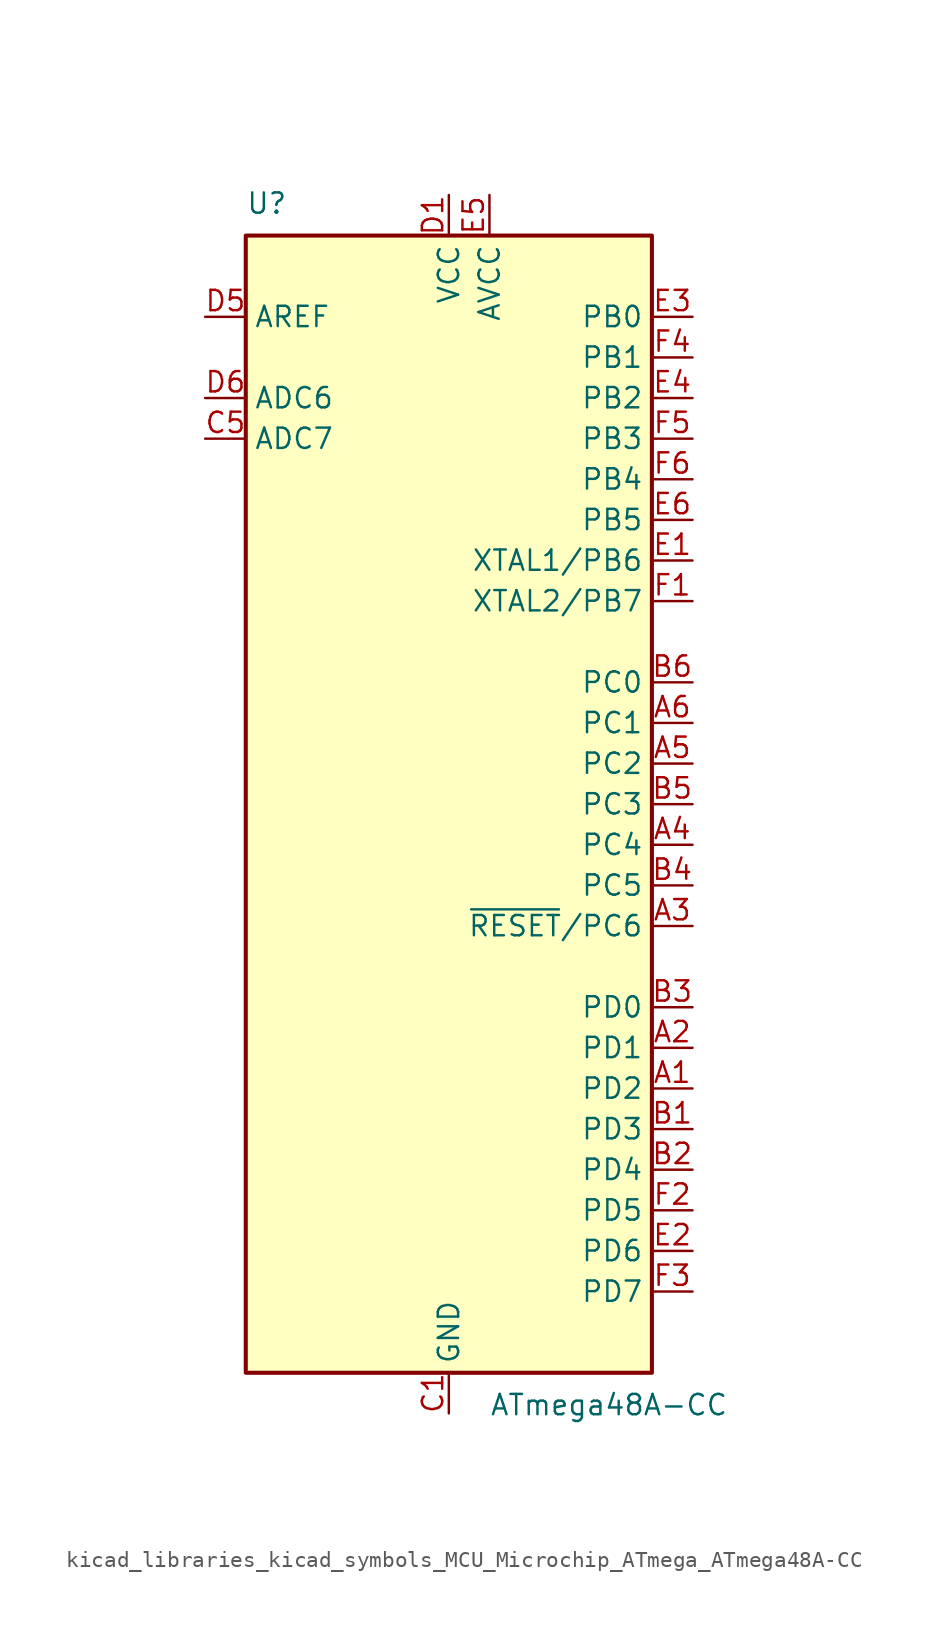
<source format=kicad_sym>
(kicad_symbol_lib
  (version 20220914)
  (generator kicad_symbol_editor)
  (symbol "kicad_libraries_kicad_symbols_MCU_Microchip_ATmega_ATmega48A-CC"
    (property "Reference" "U"
      (at -12.7 36.83 0)
      (effects (font (size 1.27 1.27)) (justify left bottom)))
    (property "Value" "ATmega48A-CC"
      (at 2.54 -36.83 0)
      (effects (font (size 1.27 1.27)) (justify left top)))
    (symbol "kicad_libraries_kicad_symbols_MCU_Microchip_ATmega_ATmega48A-CC_0_1"
      (rectangle (start -12.7 -35.56) (end 12.7 35.56) (stroke (width 0.254) (type default)) (fill (type background))))
    (symbol "kicad_libraries_kicad_symbols_MCU_Microchip_ATmega_ATmega48A-CC_1_1"
      (pin bidirectional line (at 15.24 -17.78 180) (length 2.54) (name "PD2" (effects (font (size 1.27 1.27)))) (number "A1" (effects (font (size 1.27 1.27)))))
      (pin bidirectional line (at 15.24 -15.24 180) (length 2.54) (name "PD1" (effects (font (size 1.27 1.27)))) (number "A2" (effects (font (size 1.27 1.27)))))
      (pin bidirectional line (at 15.24 -7.62 180) (length 2.54) (name "~{RESET}/PC6" (effects (font (size 1.27 1.27)))) (number "A3" (effects (font (size 1.27 1.27)))))
      (pin bidirectional line (at 15.24 -2.54 180) (length 2.54) (name "PC4" (effects (font (size 1.27 1.27)))) (number "A4" (effects (font (size 1.27 1.27)))))
      (pin bidirectional line (at 15.24 2.54 180) (length 2.54) (name "PC2" (effects (font (size 1.27 1.27)))) (number "A5" (effects (font (size 1.27 1.27)))))
      (pin bidirectional line (at 15.24 5.08 180) (length 2.54) (name "PC1" (effects (font (size 1.27 1.27)))) (number "A6" (effects (font (size 1.27 1.27)))))
      (pin bidirectional line (at 15.24 -20.32 180) (length 2.54) (name "PD3" (effects (font (size 1.27 1.27)))) (number "B1" (effects (font (size 1.27 1.27)))))
      (pin bidirectional line (at 15.24 -22.86 180) (length 2.54) (name "PD4" (effects (font (size 1.27 1.27)))) (number "B2" (effects (font (size 1.27 1.27)))))
      (pin bidirectional line (at 15.24 -12.7 180) (length 2.54) (name "PD0" (effects (font (size 1.27 1.27)))) (number "B3" (effects (font (size 1.27 1.27)))))
      (pin bidirectional line (at 15.24 -5.08 180) (length 2.54) (name "PC5" (effects (font (size 1.27 1.27)))) (number "B4" (effects (font (size 1.27 1.27)))))
      (pin bidirectional line (at 15.24 0 180) (length 2.54) (name "PC3" (effects (font (size 1.27 1.27)))) (number "B5" (effects (font (size 1.27 1.27)))))
      (pin bidirectional line (at 15.24 7.62 180) (length 2.54) (name "PC0" (effects (font (size 1.27 1.27)))) (number "B6" (effects (font (size 1.27 1.27)))))
      (pin power_in line (at 0 -38.1 90) (length 2.54) (name "GND" (effects (font (size 1.27 1.27)))) (number "C1" (effects (font (size 1.27 1.27)))))
      (pin passive line (at 0 -38.1 90) (length 2.54) hide (name "GND" (effects (font (size 1.27 1.27)))) (number "C2" (effects (font (size 1.27 1.27)))))
      (pin input line (at -15.24 22.86 0) (length 2.54) (name "ADC7" (effects (font (size 1.27 1.27)))) (number "C5" (effects (font (size 1.27 1.27)))))
      (pin passive line (at 0 -38.1 90) (length 2.54) hide (name "GND" (effects (font (size 1.27 1.27)))) (number "C6" (effects (font (size 1.27 1.27)))))
      (pin power_in line (at 0 38.1 270) (length 2.54) (name "VCC" (effects (font (size 1.27 1.27)))) (number "D1" (effects (font (size 1.27 1.27)))))
      (pin passive line (at 0 38.1 270) (length 2.54) hide (name "VCC" (effects (font (size 1.27 1.27)))) (number "D2" (effects (font (size 1.27 1.27)))))
      (pin passive line (at -15.24 30.48 0) (length 2.54) (name "AREF" (effects (font (size 1.27 1.27)))) (number "D5" (effects (font (size 1.27 1.27)))))
      (pin input line (at -15.24 25.4 0) (length 2.54) (name "ADC6" (effects (font (size 1.27 1.27)))) (number "D6" (effects (font (size 1.27 1.27)))))
      (pin bidirectional line (at 15.24 15.24 180) (length 2.54) (name "XTAL1/PB6" (effects (font (size 1.27 1.27)))) (number "E1" (effects (font (size 1.27 1.27)))))
      (pin bidirectional line (at 15.24 -27.94 180) (length 2.54) (name "PD6" (effects (font (size 1.27 1.27)))) (number "E2" (effects (font (size 1.27 1.27)))))
      (pin bidirectional line (at 15.24 30.48 180) (length 2.54) (name "PB0" (effects (font (size 1.27 1.27)))) (number "E3" (effects (font (size 1.27 1.27)))))
      (pin bidirectional line (at 15.24 25.4 180) (length 2.54) (name "PB2" (effects (font (size 1.27 1.27)))) (number "E4" (effects (font (size 1.27 1.27)))))
      (pin power_in line (at 2.54 38.1 270) (length 2.54) (name "AVCC" (effects (font (size 1.27 1.27)))) (number "E5" (effects (font (size 1.27 1.27)))))
      (pin bidirectional line (at 15.24 17.78 180) (length 2.54) (name "PB5" (effects (font (size 1.27 1.27)))) (number "E6" (effects (font (size 1.27 1.27)))))
      (pin bidirectional line (at 15.24 12.7 180) (length 2.54) (name "XTAL2/PB7" (effects (font (size 1.27 1.27)))) (number "F1" (effects (font (size 1.27 1.27)))))
      (pin bidirectional line (at 15.24 -25.4 180) (length 2.54) (name "PD5" (effects (font (size 1.27 1.27)))) (number "F2" (effects (font (size 1.27 1.27)))))
      (pin bidirectional line (at 15.24 -30.48 180) (length 2.54) (name "PD7" (effects (font (size 1.27 1.27)))) (number "F3" (effects (font (size 1.27 1.27)))))
      (pin bidirectional line (at 15.24 27.94 180) (length 2.54) (name "PB1" (effects (font (size 1.27 1.27)))) (number "F4" (effects (font (size 1.27 1.27)))))
      (pin bidirectional line (at 15.24 22.86 180) (length 2.54) (name "PB3" (effects (font (size 1.27 1.27)))) (number "F5" (effects (font (size 1.27 1.27)))))
      (pin bidirectional line (at 15.24 20.32 180) (length 2.54) (name "PB4" (effects (font (size 1.27 1.27)))) (number "F6" (effects (font (size 1.27 1.27))))))))
</source>
